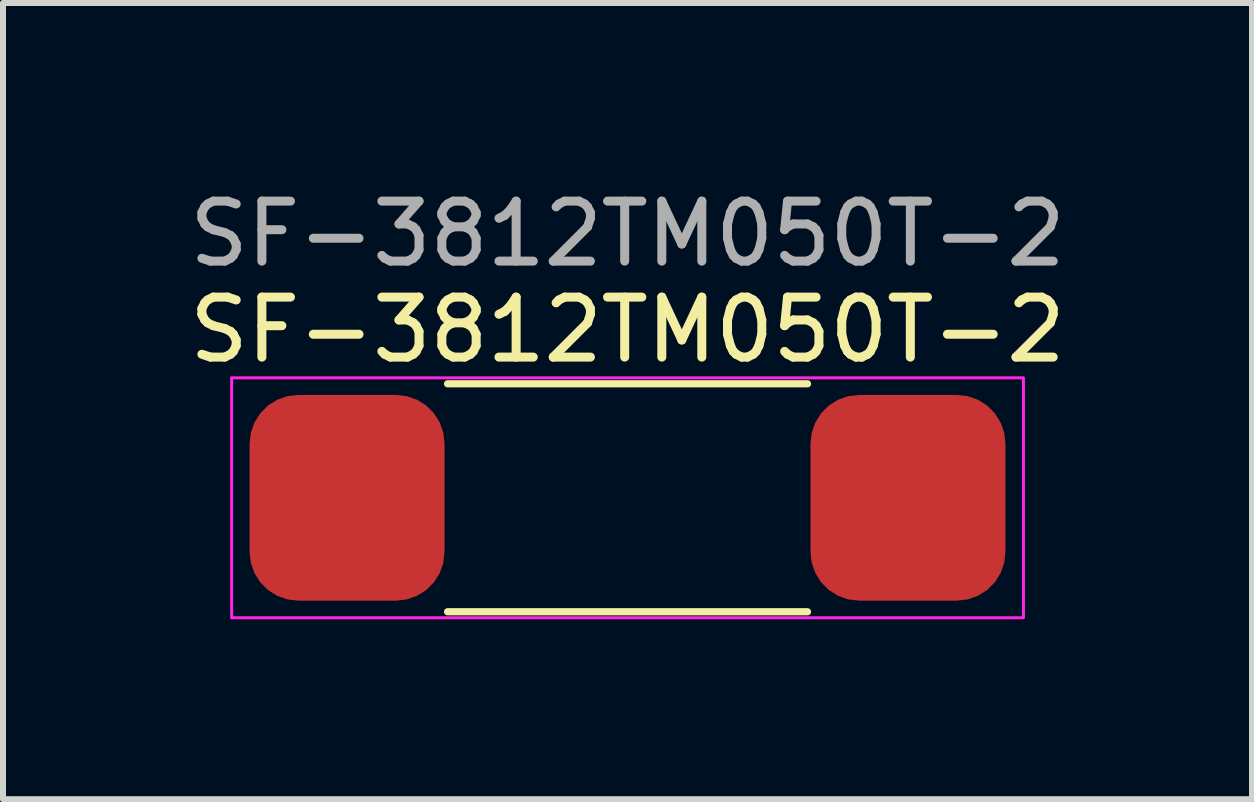
<source format=kicad_pcb>
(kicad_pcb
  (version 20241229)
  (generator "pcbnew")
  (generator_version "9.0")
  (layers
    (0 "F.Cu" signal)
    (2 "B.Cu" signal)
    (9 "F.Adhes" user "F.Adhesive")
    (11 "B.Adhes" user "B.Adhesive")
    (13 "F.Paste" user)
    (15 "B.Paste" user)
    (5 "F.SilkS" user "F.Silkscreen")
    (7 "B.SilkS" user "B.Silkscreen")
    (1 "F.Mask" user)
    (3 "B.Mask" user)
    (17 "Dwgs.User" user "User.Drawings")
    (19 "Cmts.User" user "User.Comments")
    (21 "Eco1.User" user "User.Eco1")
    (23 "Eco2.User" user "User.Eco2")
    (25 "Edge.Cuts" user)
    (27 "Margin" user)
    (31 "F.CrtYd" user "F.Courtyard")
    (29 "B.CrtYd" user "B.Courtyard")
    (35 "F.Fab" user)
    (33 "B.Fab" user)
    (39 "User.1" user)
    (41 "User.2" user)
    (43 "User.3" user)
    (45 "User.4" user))
  (footprint "SF-3812TM050T-2"
    (layer "F.Cu")
    (at 7.411 5.248)
    (property "Reference" "SF-3812TM050T-2" (at 0 -2.8 0) (unlocked yes) (layer "F.SilkS") (effects (font (size 1 1) (thickness 0.15))))
    (attr smd)
    (fp_line (start -3 -1.9) (end 3 -1.9) (stroke (width 0.12) (type default)) (layer "F.SilkS"))
    (fp_line (start -3 1.9) (end 3 1.9) (stroke (width 0.12) (type default)) (layer "F.SilkS"))
    (fp_rect (start -6.6 -2) (end 6.6 2) (stroke (width 0.05) (type default)) (fill no) (layer "F.CrtYd"))
    (fp_text user "${REFERENCE}" (at 0 -4.4 0) (unlocked yes) (layer "F.Fab") (effects (font (size 1 1) (thickness 0.15))))
    (pad "1" smd roundrect (at -4.675 0) (size 3.25 3.43) (layers "F.Cu" "F.Mask" "F.Paste") (roundrect_rratio 0.25))
    (pad "2" smd roundrect (at 4.675 0) (size 3.25 3.43) (layers "F.Cu" "F.Mask" "F.Paste") (roundrect_rratio 0.25)))
  (gr_rect
    (start -3 -3)
    (end 17.821 10.273)
    (stroke (width 0.1) (type default))
    (fill no)
    (layer "Edge.Cuts")))
</source>
